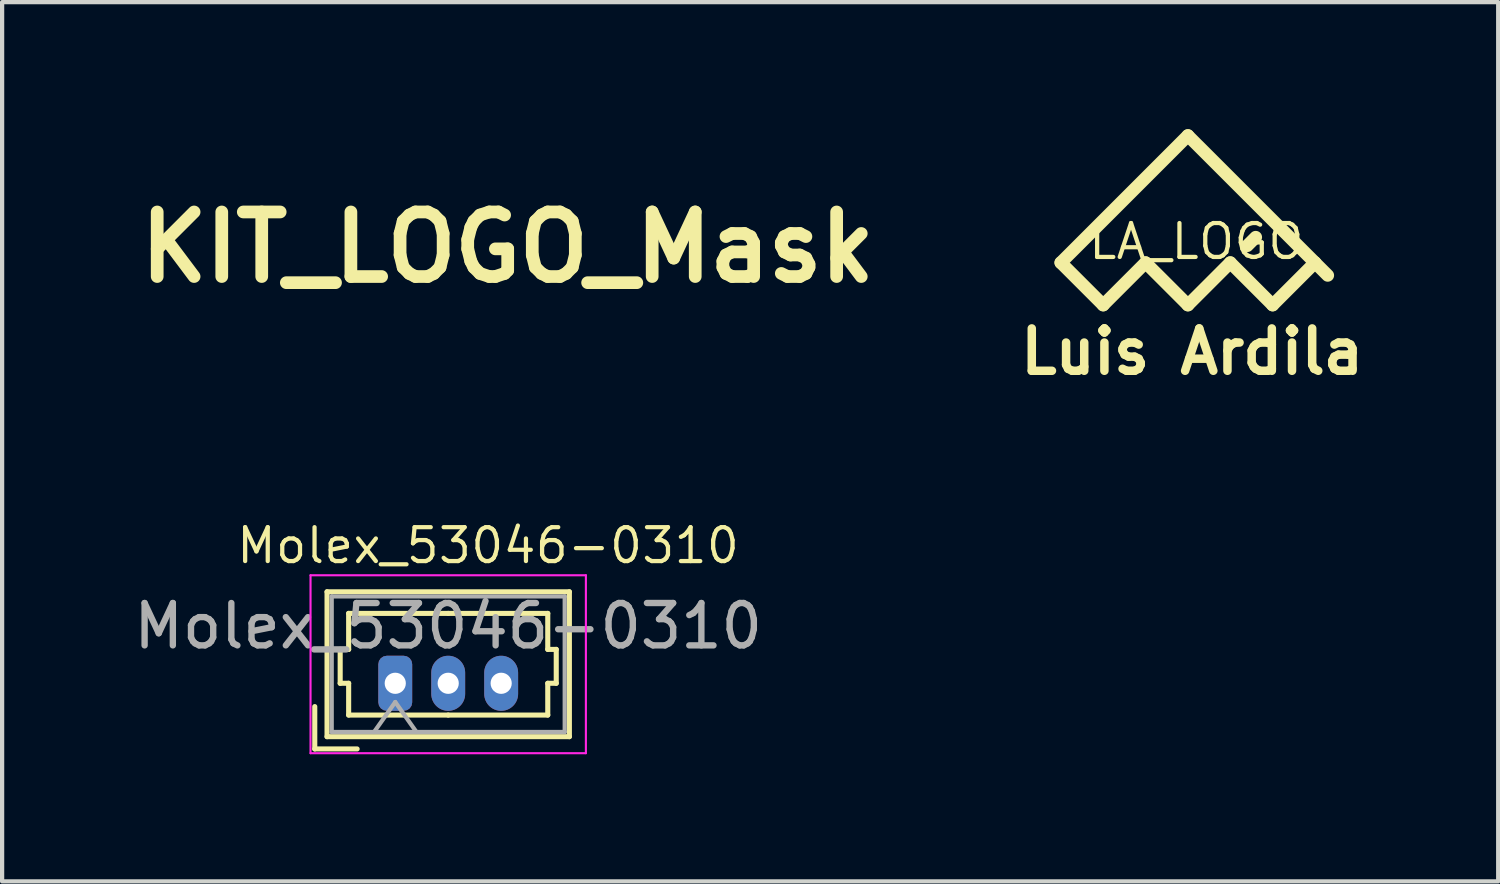
<source format=kicad_pcb>
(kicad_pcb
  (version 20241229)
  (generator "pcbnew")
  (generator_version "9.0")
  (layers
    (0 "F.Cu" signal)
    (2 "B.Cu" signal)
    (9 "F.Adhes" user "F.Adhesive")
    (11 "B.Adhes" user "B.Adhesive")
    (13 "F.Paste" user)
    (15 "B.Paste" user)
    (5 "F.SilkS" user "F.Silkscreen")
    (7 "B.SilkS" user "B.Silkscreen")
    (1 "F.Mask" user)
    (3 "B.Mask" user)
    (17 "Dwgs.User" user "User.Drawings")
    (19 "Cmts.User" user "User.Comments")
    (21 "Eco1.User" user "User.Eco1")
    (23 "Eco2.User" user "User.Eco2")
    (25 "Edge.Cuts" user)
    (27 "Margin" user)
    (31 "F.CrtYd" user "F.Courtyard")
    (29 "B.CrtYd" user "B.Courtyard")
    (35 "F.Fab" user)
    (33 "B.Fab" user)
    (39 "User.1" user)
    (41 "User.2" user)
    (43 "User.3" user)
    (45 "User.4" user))
  (footprint "Molex_53046-0310"
    (layer "F.Cu")
    (at 6.28 13.079)
    (property "Reference" "Molex_53046-0310" (at 2.19 -3.25 0) (layer "F.SilkS") (effects (font (size 0.8 0.8) (thickness 0.1))))
    (attr through_hole)
    (fp_line (start -1.9 1.55) (end -1.9 0.55) (stroke (width 0.12) (type solid)) (layer "F.SilkS"))
    (fp_line (start -1.9 1.55) (end -0.9 1.55) (stroke (width 0.12) (type solid)) (layer "F.SilkS"))
    (fp_line (start -1.61 -2.16) (end -1.61 1.26) (stroke (width 0.12) (type solid)) (layer "F.SilkS"))
    (fp_line (start -1.61 1.26) (end 4.11 1.26) (stroke (width 0.12) (type solid)) (layer "F.SilkS"))
    (fp_line (start -1.3 -0.8) (end -1.1 -0.8) (stroke (width 0.12) (type solid)) (layer "F.SilkS"))
    (fp_line (start -1.3 0) (end -1.3 -0.8) (stroke (width 0.12) (type solid)) (layer "F.SilkS"))
    (fp_line (start -1.1 -1.65) (end 1.25 -1.65) (stroke (width 0.12) (type solid)) (layer "F.SilkS"))
    (fp_line (start -1.1 -0.8) (end -1.1 -1.65) (stroke (width 0.12) (type solid)) (layer "F.SilkS"))
    (fp_line (start -1.1 0) (end -1.3 0) (stroke (width 0.12) (type solid)) (layer "F.SilkS"))
    (fp_line (start -1.1 0.75) (end -1.1 0) (stroke (width 0.12) (type solid)) (layer "F.SilkS"))
    (fp_line (start 1.25 0.75) (end -1.1 0.75) (stroke (width 0.12) (type solid)) (layer "F.SilkS"))
    (fp_line (start 1.25 0.75) (end 3.6 0.75) (stroke (width 0.12) (type solid)) (layer "F.SilkS"))
    (fp_line (start 3.6 -1.65) (end 1.25 -1.65) (stroke (width 0.12) (type solid)) (layer "F.SilkS"))
    (fp_line (start 3.6 -0.8) (end 3.6 -1.65) (stroke (width 0.12) (type solid)) (layer "F.SilkS"))
    (fp_line (start 3.6 0) (end 3.8 0) (stroke (width 0.12) (type solid)) (layer "F.SilkS"))
    (fp_line (start 3.6 0.75) (end 3.6 0) (stroke (width 0.12) (type solid)) (layer "F.SilkS"))
    (fp_line (start 3.8 -0.8) (end 3.6 -0.8) (stroke (width 0.12) (type solid)) (layer "F.SilkS"))
    (fp_line (start 3.8 0) (end 3.8 -0.8) (stroke (width 0.12) (type solid)) (layer "F.SilkS"))
    (fp_line (start 4.11 -2.16) (end -1.61 -2.16) (stroke (width 0.12) (type solid)) (layer "F.SilkS"))
    (fp_line (start 4.11 1.26) (end 4.11 -2.16) (stroke (width 0.12) (type solid)) (layer "F.SilkS"))
    (fp_line (start -2 -2.55) (end -2 1.65) (stroke (width 0.05) (type solid)) (layer "F.CrtYd"))
    (fp_line (start -2 1.65) (end 4.5 1.65) (stroke (width 0.05) (type solid)) (layer "F.CrtYd"))
    (fp_line (start 4.5 -2.55) (end -2 -2.55) (stroke (width 0.05) (type solid)) (layer "F.CrtYd"))
    (fp_line (start 4.5 1.65) (end 4.5 -2.55) (stroke (width 0.05) (type solid)) (layer "F.CrtYd"))
    (fp_line (start -1.5 -2.05) (end -1.5 1.15) (stroke (width 0.1) (type solid)) (layer "F.Fab"))
    (fp_line (start -1.5 1.15) (end 4 1.15) (stroke (width 0.1) (type solid)) (layer "F.Fab"))
    (fp_line (start -0.5 1.15) (end 0 0.443) (stroke (width 0.1) (type solid)) (layer "F.Fab"))
    (fp_line (start 0 0.443) (end 0.5 1.15) (stroke (width 0.1) (type solid)) (layer "F.Fab"))
    (fp_line (start 4 -2.05) (end -1.5 -2.05) (stroke (width 0.1) (type solid)) (layer "F.Fab"))
    (fp_line (start 4 1.15) (end 4 -2.05) (stroke (width 0.1) (type solid)) (layer "F.Fab"))
    (fp_text user "${REFERENCE}" (at 1.25 -1.35 0) (layer "F.Fab") (effects (font (size 1 1) (thickness 0.15))))
    (pad "1" thru_hole roundrect (at 0 0) (size 0.8 1.3) (drill 0.5) (layers "*.Cu" "*.Mask") (roundrect_rratio 0.25))
    (pad "2" thru_hole oval (at 1.25 0) (size 0.8 1.3) (drill 0.5) (layers "*.Cu" "*.Mask"))
    (pad "3" thru_hole oval (at 2.5 0) (size 0.8 1.3) (drill 0.5) (layers "*.Cu" "*.Mask")))
  (footprint "KIT_LOGO_Mask"
    (layer "F.Cu")
    (at 8.934 2.788)
    (property "Reference" "KIT_LOGO_Mask" (at 0 0 0) (layer "F.SilkS") (effects (font (size 1.524 1.524) (thickness 0.3))))
    (attr exclude_from_pos_files)
    (fp_poly (pts (xy 3.683 2.778) (xy 2.143 2.778) (xy 2.143 -2.778) (xy 3.683 -2.778) (xy 3.683 2.778)) (stroke (width 0.01) (type solid)) (fill yes) (layer "F.Mask"))
    (fp_poly (pts (xy 7.699 -1.524) (xy 6.636 -1.524) (xy 6.636 2.778) (xy 5.096 2.778) (xy 5.096 -1.524) (xy 4.016 -1.524) (xy 4.016 -2.778) (xy 7.699 -2.778) (xy 7.699 -1.524)) (stroke (width 0.01) (type solid)) (fill yes) (layer "F.Mask"))
    (fp_poly (pts (xy 1.369 -2.777) (xy 1.508 -2.776) (xy 1.621 -2.775) (xy 1.711 -2.774) (xy 1.779 -2.772) (xy 1.828 -2.77) (xy 1.859 -2.766) (xy 1.875 -2.763) (xy 1.878 -2.758) (xy 1.877 -2.758) (xy 1.861 -2.738) (xy 1.827 -2.696) (xy 1.777 -2.633) (xy 1.712 -2.551) (xy 1.633 -2.454) (xy 1.543 -2.341) (xy 1.442 -2.216) (xy 1.333 -2.08) (xy 1.217 -1.936) (xy 1.096 -1.784) (xy 0.97 -1.628) (xy 0.842 -1.469) (xy 0.714 -1.309) (xy 0.586 -1.15) (xy 0.46 -0.993) (xy 0.338 -0.842) (xy 0.222 -0.697) (xy 0.113 -0.561) (xy 0.012 -0.436) (xy -0.079 -0.323) (xy -0.158 -0.225) (xy -0.224 -0.143) (xy -0.275 -0.08) (xy -0.309 -0.037) (xy -0.326 -0.016) (xy -0.327 -0.015) (xy -0.329 -0.009) (xy -0.326 0.003) (xy -0.316 0.02) (xy -0.3 0.045) (xy -0.277 0.079) (xy -0.244 0.123) (xy -0.201 0.179) (xy -0.147 0.248) (xy -0.082 0.331) (xy -0.003 0.429) (xy 0.09 0.544) (xy 0.198 0.677) (xy 0.323 0.83) (xy 0.464 1.003) (xy 0.624 1.199) (xy 0.778 1.387) (xy 0.927 1.569) (xy 1.07 1.744) (xy 1.206 1.911) (xy 1.334 2.067) (xy 1.452 2.212) (xy 1.559 2.344) (xy 1.654 2.461) (xy 1.736 2.562) (xy 1.803 2.644) (xy 1.854 2.708) (xy 1.889 2.75) (xy 1.904 2.77) (xy 1.905 2.772) (xy 1.89 2.773) (xy 1.845 2.774) (xy 1.775 2.775) (xy 1.682 2.776) (xy 1.569 2.777) (xy 1.438 2.777) (xy 1.293 2.778) (xy 1.136 2.778) (xy 1.052 2.778) (xy 0.198 2.778) (xy -0.805 1.703) (xy -1.808 0.627) (xy -1.808 -0.643) (xy -0.845 -1.709) (xy 0.119 -2.776) (xy 1.006 -2.777) (xy 1.202 -2.777) (xy 1.369 -2.777)) (stroke (width 0.01) (type solid)) (fill yes) (layer "F.Mask"))
    (fp_poly (pts (xy -2.159 -0.002) (xy -2.159 2.778) (xy -7.779 2.778) (xy -7.779 2.723) (xy -2.302 2.723) (xy -2.294 2.731) (xy -2.286 2.723) (xy -2.294 2.715) (xy -2.302 2.723) (xy -7.779 2.723) (xy -7.779 2.631) (xy -7.774 2.487) (xy -7.762 2.32) (xy -7.743 2.141) (xy -7.719 1.957) (xy -7.689 1.777) (xy -7.657 1.61) (xy -7.637 1.524) (xy -7.621 1.463) (xy -7.608 1.428) (xy -7.595 1.412) (xy -7.579 1.41) (xy -7.56 1.415) (xy -7.513 1.427) (xy -7.437 1.445) (xy -7.336 1.47) (xy -7.211 1.501) (xy -7.062 1.538) (xy -6.893 1.58) (xy -6.704 1.627) (xy -6.497 1.678) (xy -6.274 1.734) (xy -6.036 1.793) (xy -5.785 1.856) (xy -5.522 1.921) (xy -5.249 1.989) (xy -4.969 2.059) (xy -4.939 2.066) (xy -4.658 2.136) (xy -4.385 2.204) (xy -4.123 2.269) (xy -3.871 2.331) (xy -3.633 2.39) (xy -3.41 2.446) (xy -3.203 2.497) (xy -3.014 2.544) (xy -2.845 2.585) (xy -2.696 2.622) (xy -2.57 2.653) (xy -2.469 2.677) (xy -2.393 2.696) (xy -2.345 2.707) (xy -2.325 2.711) (xy -2.325 2.711) (xy -2.339 2.704) (xy -2.38 2.685) (xy -2.447 2.653) (xy -2.538 2.61) (xy -2.652 2.556) (xy -2.788 2.492) (xy -2.943 2.42) (xy -3.117 2.338) (xy -3.308 2.249) (xy -3.515 2.153) (xy -3.735 2.05) (xy -3.969 1.941) (xy -4.213 1.827) (xy -4.467 1.709) (xy -4.729 1.587) (xy -4.776 1.565) (xy -5.04 1.443) (xy -5.295 1.324) (xy -5.542 1.209) (xy -5.778 1.099) (xy -6.001 0.995) (xy -6.211 0.897) (xy -6.406 0.807) (xy -6.584 0.724) (xy -6.744 0.649) (xy -6.884 0.584) (xy -7.003 0.528) (xy -7.099 0.483) (xy -7.172 0.449) (xy -7.218 0.427) (xy -7.238 0.418) (xy -7.239 0.417) (xy -7.236 0.401) (xy -7.219 0.361) (xy -7.192 0.303) (xy -7.155 0.232) (xy -7.113 0.151) (xy -7.067 0.067) (xy -7.02 -0.017) (xy -6.974 -0.096) (xy -6.936 -0.159) (xy -6.887 -0.235) (xy -6.832 -0.317) (xy -6.772 -0.403) (xy -6.712 -0.487) (xy -6.654 -0.566) (xy -6.601 -0.635) (xy -6.557 -0.691) (xy -6.523 -0.729) (xy -6.504 -0.746) (xy -6.502 -0.746) (xy -6.488 -0.736) (xy -6.451 -0.707) (xy -6.392 -0.661) (xy -6.312 -0.598) (xy -6.214 -0.52) (xy -6.099 -0.428) (xy -5.968 -0.323) (xy -5.822 -0.206) (xy -5.664 -0.078) (xy -5.494 0.059) (xy -5.315 0.204) (xy -5.127 0.356) (xy -4.932 0.514) (xy -4.897 0.542) (xy -4.69 0.71) (xy -4.481 0.879) (xy -4.274 1.047) (xy -4.07 1.212) (xy -3.872 1.373) (xy -3.682 1.527) (xy -3.502 1.673) (xy -3.334 1.809) (xy -3.181 1.934) (xy -3.044 2.045) (xy -2.926 2.14) (xy -2.829 2.219) (xy -2.776 2.262) (xy -2.243 2.694) (xy -2.285 2.643) (xy -2.223 2.643) (xy -2.215 2.651) (xy -2.207 2.643) (xy -2.215 2.635) (xy -2.223 2.643) (xy -2.285 2.643) (xy -3.957 0.597) (xy -4.142 0.372) (xy -4.321 0.153) (xy -4.493 -0.058) (xy -4.658 -0.261) (xy -4.815 -0.452) (xy -4.962 -0.633) (xy -5.099 -0.8) (xy -5.224 -0.953) (xy -5.337 -1.091) (xy -5.436 -1.212) (xy -5.52 -1.315) (xy -5.588 -1.398) (xy -5.64 -1.462) (xy -5.673 -1.503) (xy -5.688 -1.521) (xy -5.689 -1.522) (xy -5.695 -1.542) (xy -5.677 -1.566) (xy -5.659 -1.582) (xy -5.601 -1.628) (xy -5.524 -1.685) (xy -5.434 -1.749) (xy -5.339 -1.815) (xy -5.246 -1.877) (xy -5.163 -1.931) (xy -5.156 -1.936) (xy -5.08 -1.982) (xy -4.995 -2.031) (xy -4.906 -2.081) (xy -4.817 -2.128) (xy -4.732 -2.172) (xy -4.656 -2.21) (xy -4.594 -2.238) (xy -4.549 -2.256) (xy -4.527 -2.261) (xy -4.526 -2.26) (xy -4.518 -2.245) (xy -4.497 -2.202) (xy -4.464 -2.133) (xy -4.42 -2.04) (xy -4.365 -1.924) (xy -4.3 -1.787) (xy -4.226 -1.631) (xy -4.144 -1.455) (xy -4.053 -1.263) (xy -3.956 -1.056) (xy -3.852 -0.835) (xy -3.742 -0.602) (xy -3.627 -0.357) (xy -3.508 -0.104) (xy -3.385 0.158) (xy -3.372 0.185) (xy -3.249 0.447) (xy -3.13 0.701) (xy -3.015 0.946) (xy -2.905 1.18) (xy -2.8 1.401) (xy -2.702 1.609) (xy -2.612 1.801) (xy -2.529 1.976) (xy -2.454 2.134) (xy -2.389 2.271) (xy -2.334 2.388) (xy -2.289 2.481) (xy -2.256 2.551) (xy -2.234 2.595) (xy -2.226 2.612) (xy -2.225 2.612) (xy -2.229 2.596) (xy -2.239 2.551) (xy -2.257 2.479) (xy -2.281 2.38) (xy -2.311 2.257) (xy -2.347 2.111) (xy -2.389 1.944) (xy -2.435 1.758) (xy -2.486 1.553) (xy -2.541 1.331) (xy -2.6 1.095) (xy -2.663 0.846) (xy -2.728 0.584) (xy -2.796 0.313) (xy -2.866 0.033) (xy -2.874 -0.00018) (xy -2.961 -0.346) (xy -3.04 -0.663) (xy -3.112 -0.951) (xy -3.177 -1.212) (xy -3.235 -1.446) (xy -3.287 -1.655) (xy -3.333 -1.84) (xy -3.372 -2.003) (xy -3.406 -2.143) (xy -3.435 -2.263) (xy -3.458 -2.364) (xy -3.477 -2.446) (xy -3.491 -2.511) (xy -3.501 -2.559) (xy -3.507 -2.593) (xy -3.509 -2.613) (xy -3.507 -2.62) (xy -3.482 -2.629) (xy -3.431 -2.641) (xy -3.359 -2.656) (xy -3.272 -2.673) (xy -3.176 -2.69) (xy -3.077 -2.707) (xy -2.978 -2.723) (xy -2.888 -2.736) (xy -2.865 -2.739) (xy -2.778 -2.748) (xy -2.671 -2.758) (xy -2.556 -2.766) (xy -2.446 -2.772) (xy -2.417 -2.773) (xy -2.159 -2.783) (xy -2.159 -0.002)) (stroke (width 0.01) (type solid)) (fill yes) (layer "F.Mask")))
  (footprint "LA_LOGO"
    (layer "F.Cu")
    (at 24.991 4.15)
    (property "Reference" "LA_LOGO" (at 0.2 -1.5 0) (layer "F.SilkS") (effects (font (size 0.8 0.8) (thickness 0.1))))
    (attr exclude_from_pos_files exclude_from_bom)
    (fp_line (start -3 -1) (end -2 0) (stroke (width 0.3) (type solid)) (layer "F.SilkS"))
    (fp_line (start -3 -1) (end 0 -4) (stroke (width 0.3) (type solid)) (layer "F.SilkS"))
    (fp_line (start -2 0) (end -1 -1) (stroke (width 0.3) (type solid)) (layer "F.SilkS"))
    (fp_line (start -1 -1) (end 0 0) (stroke (width 0.3) (type solid)) (layer "F.SilkS"))
    (fp_line (start 0 -4) (end 3 -1) (stroke (width 0.3) (type solid)) (layer "F.SilkS"))
    (fp_line (start 0 0) (end 1 -1) (stroke (width 0.3) (type solid)) (layer "F.SilkS"))
    (fp_line (start 1 -1) (end 2 0) (stroke (width 0.3) (type solid)) (layer "F.SilkS"))
    (fp_line (start 1.6 -1.6) (end 1.4 -1.4) (stroke (width 0.3) (type solid)) (layer "F.SilkS"))
    (fp_line (start 2 0) (end 3 -1) (stroke (width 0.3) (type solid)) (layer "F.SilkS"))
    (fp_line (start 3 -1) (end 3.3 -0.7) (stroke (width 0.3) (type solid)) (layer "F.SilkS"))
    (fp_text user "Luis Ardila" (at 0.1 1.1 0) (layer "F.SilkS") (effects (font (size 1 1) (thickness 0.2)))))
  (gr_rect
    (start -3 -3)
    (end 32.315 17.755)
    (stroke (width 0.1) (type default))
    (fill no)
    (layer "Edge.Cuts")))
</source>
